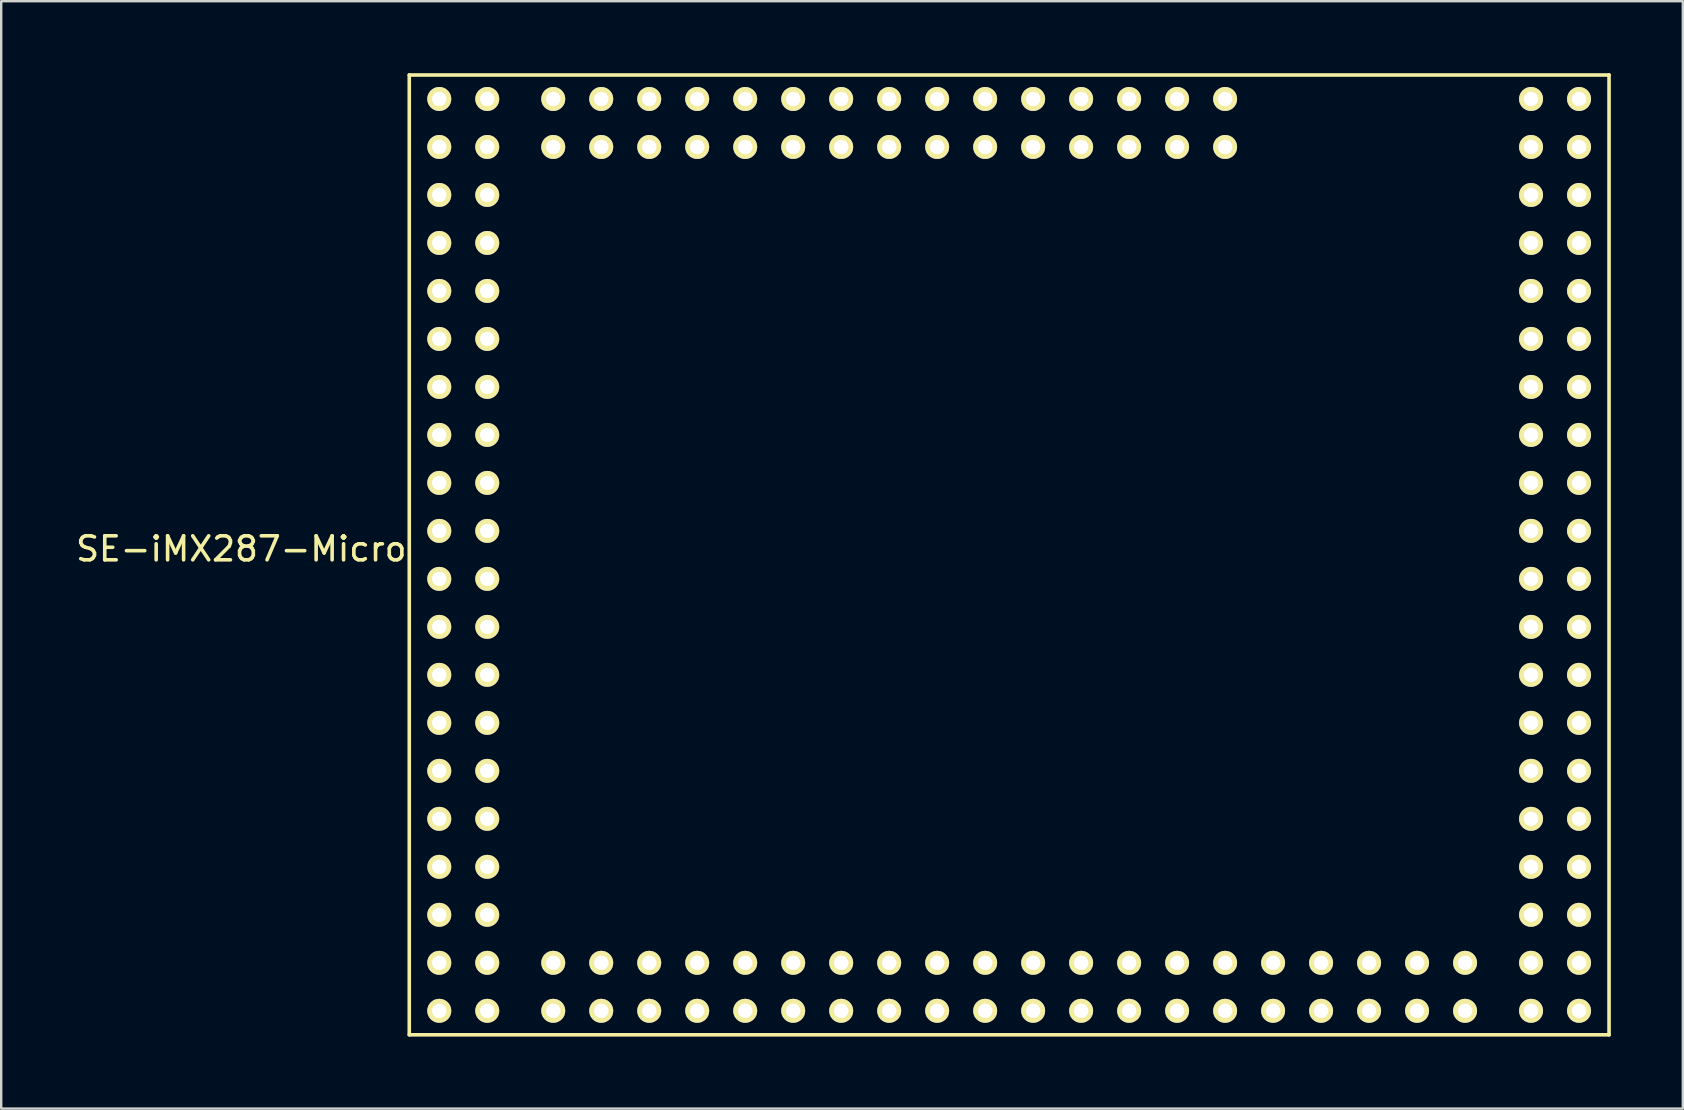
<source format=kicad_pcb>
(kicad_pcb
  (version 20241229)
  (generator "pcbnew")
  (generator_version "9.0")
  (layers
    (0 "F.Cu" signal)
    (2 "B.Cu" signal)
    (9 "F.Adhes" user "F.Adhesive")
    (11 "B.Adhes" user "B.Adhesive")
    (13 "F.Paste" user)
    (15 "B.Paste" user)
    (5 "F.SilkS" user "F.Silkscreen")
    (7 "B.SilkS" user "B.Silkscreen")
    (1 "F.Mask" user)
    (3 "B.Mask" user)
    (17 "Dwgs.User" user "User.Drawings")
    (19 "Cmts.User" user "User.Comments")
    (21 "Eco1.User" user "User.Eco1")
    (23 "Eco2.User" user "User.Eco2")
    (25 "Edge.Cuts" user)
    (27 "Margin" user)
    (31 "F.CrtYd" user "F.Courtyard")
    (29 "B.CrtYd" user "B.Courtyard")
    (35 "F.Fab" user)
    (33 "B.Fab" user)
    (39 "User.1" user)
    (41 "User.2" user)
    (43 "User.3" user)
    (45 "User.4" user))
  (footprint "SE-iMX287-Micro"
    (layer "F.Cu")
    (at 15.256 1.075)
    (property "Reference" "SE-iMX287-Micro" (at -8.25 18.75 0) (layer "F.SilkS") (effects (font (size 1 1) (thickness 0.15))))
    (attr through_hole)
    (fp_line (start -1.25 -1) (end 48.75 -1) (stroke (width 0.15) (type solid)) (layer "F.SilkS"))
    (fp_line (start -1.25 39) (end -1.25 -1) (stroke (width 0.15) (type solid)) (layer "F.SilkS"))
    (fp_line (start 48.75 -1) (end 48.75 39) (stroke (width 0.15) (type solid)) (layer "F.SilkS"))
    (fp_line (start 48.75 39) (end -1.25 39) (stroke (width 0.15) (type solid)) (layer "F.SilkS"))
    (pad "1" thru_hole circle (at 0 0) (size 1 1) (drill 0.6) (layers "*.Cu" "*.Mask" "F.SilkS"))
    (pad "2" thru_hole circle (at 2 0) (size 1 1) (drill 0.6) (layers "*.Cu" "*.Mask" "F.SilkS"))
    (pad "3" thru_hole circle (at 0 2) (size 1 1) (drill 0.6) (layers "*.Cu" "*.Mask" "F.SilkS"))
    (pad "4" thru_hole circle (at 2 2) (size 1 1) (drill 0.6) (layers "*.Cu" "*.Mask" "F.SilkS"))
    (pad "5" thru_hole circle (at 0 4) (size 1 1) (drill 0.6) (layers "*.Cu" "*.Mask" "F.SilkS"))
    (pad "6" thru_hole circle (at 2 4) (size 1 1) (drill 0.6) (layers "*.Cu" "*.Mask" "F.SilkS"))
    (pad "7" thru_hole circle (at 0 6) (size 1 1) (drill 0.6) (layers "*.Cu" "*.Mask" "F.SilkS"))
    (pad "8" thru_hole circle (at 2 6) (size 1 1) (drill 0.6) (layers "*.Cu" "*.Mask" "F.SilkS"))
    (pad "9" thru_hole circle (at 0 8) (size 1 1) (drill 0.6) (layers "*.Cu" "*.Mask" "F.SilkS"))
    (pad "10" thru_hole circle (at 2 8) (size 1 1) (drill 0.6) (layers "*.Cu" "*.Mask" "F.SilkS"))
    (pad "11" thru_hole circle (at 0 10) (size 1 1) (drill 0.6) (layers "*.Cu" "*.Mask" "F.SilkS"))
    (pad "12" thru_hole circle (at 2 10) (size 1 1) (drill 0.6) (layers "*.Cu" "*.Mask" "F.SilkS"))
    (pad "13" thru_hole circle (at 0 12) (size 1 1) (drill 0.6) (layers "*.Cu" "*.Mask" "F.SilkS"))
    (pad "14" thru_hole circle (at 2 12) (size 1 1) (drill 0.6) (layers "*.Cu" "*.Mask" "F.SilkS"))
    (pad "15" thru_hole circle (at 0 14) (size 1 1) (drill 0.6) (layers "*.Cu" "*.Mask" "F.SilkS"))
    (pad "16" thru_hole circle (at 2 14) (size 1 1) (drill 0.6) (layers "*.Cu" "*.Mask" "F.SilkS"))
    (pad "17" thru_hole circle (at 0 16) (size 1 1) (drill 0.6) (layers "*.Cu" "*.Mask" "F.SilkS"))
    (pad "18" thru_hole circle (at 2 16) (size 1 1) (drill 0.6) (layers "*.Cu" "*.Mask" "F.SilkS"))
    (pad "19" thru_hole circle (at 0 18) (size 1 1) (drill 0.6) (layers "*.Cu" "*.Mask" "F.SilkS"))
    (pad "20" thru_hole circle (at 2 18) (size 1 1) (drill 0.6) (layers "*.Cu" "*.Mask" "F.SilkS"))
    (pad "21" thru_hole circle (at 0 20) (size 1 1) (drill 0.6) (layers "*.Cu" "*.Mask" "F.SilkS"))
    (pad "22" thru_hole circle (at 2 20) (size 1 1) (drill 0.6) (layers "*.Cu" "*.Mask" "F.SilkS"))
    (pad "23" thru_hole circle (at 0 22) (size 1 1) (drill 0.6) (layers "*.Cu" "*.Mask" "F.SilkS"))
    (pad "24" thru_hole circle (at 2 22) (size 1 1) (drill 0.6) (layers "*.Cu" "*.Mask" "F.SilkS"))
    (pad "25" thru_hole circle (at 0 24) (size 1 1) (drill 0.6) (layers "*.Cu" "*.Mask" "F.SilkS"))
    (pad "26" thru_hole circle (at 2 24) (size 1 1) (drill 0.6) (layers "*.Cu" "*.Mask" "F.SilkS"))
    (pad "27" thru_hole circle (at 0 26) (size 1 1) (drill 0.6) (layers "*.Cu" "*.Mask" "F.SilkS"))
    (pad "28" thru_hole circle (at 2 26) (size 1 1) (drill 0.6) (layers "*.Cu" "*.Mask" "F.SilkS"))
    (pad "29" thru_hole circle (at 0 28) (size 1 1) (drill 0.6) (layers "*.Cu" "*.Mask" "F.SilkS"))
    (pad "30" thru_hole circle (at 2 28) (size 1 1) (drill 0.6) (layers "*.Cu" "*.Mask" "F.SilkS"))
    (pad "31" thru_hole circle (at 0 30) (size 1 1) (drill 0.6) (layers "*.Cu" "*.Mask" "F.SilkS"))
    (pad "32" thru_hole circle (at 2 30) (size 1 1) (drill 0.6) (layers "*.Cu" "*.Mask" "F.SilkS"))
    (pad "33" thru_hole circle (at 0 32) (size 1 1) (drill 0.6) (layers "*.Cu" "*.Mask" "F.SilkS"))
    (pad "34" thru_hole circle (at 2 32) (size 1 1) (drill 0.6) (layers "*.Cu" "*.Mask" "F.SilkS"))
    (pad "35" thru_hole circle (at 0 34) (size 1 1) (drill 0.6) (layers "*.Cu" "*.Mask" "F.SilkS"))
    (pad "36" thru_hole circle (at 2 34) (size 1 1) (drill 0.6) (layers "*.Cu" "*.Mask" "F.SilkS"))
    (pad "37" thru_hole circle (at 0 36) (size 1 1) (drill 0.6) (layers "*.Cu" "*.Mask" "F.SilkS"))
    (pad "38" thru_hole circle (at 2 36) (size 1 1) (drill 0.6) (layers "*.Cu" "*.Mask" "F.SilkS"))
    (pad "39" thru_hole circle (at 0 38) (size 1 1) (drill 0.6) (layers "*.Cu" "*.Mask" "F.SilkS"))
    (pad "40" thru_hole circle (at 2 38) (size 1 1) (drill 0.6) (layers "*.Cu" "*.Mask" "F.SilkS"))
    (pad "41" thru_hole circle (at 4.75 38) (size 1 1) (drill 0.6) (layers "*.Cu" "*.Mask" "F.SilkS"))
    (pad "42" thru_hole circle (at 4.75 36) (size 1 1) (drill 0.6) (layers "*.Cu" "*.Mask" "F.SilkS"))
    (pad "43" thru_hole circle (at 6.75 38) (size 1 1) (drill 0.6) (layers "*.Cu" "*.Mask" "F.SilkS"))
    (pad "44" thru_hole circle (at 6.75 36) (size 1 1) (drill 0.6) (layers "*.Cu" "*.Mask" "F.SilkS"))
    (pad "45" thru_hole circle (at 8.75 38) (size 1 1) (drill 0.6) (layers "*.Cu" "*.Mask" "F.SilkS"))
    (pad "46" thru_hole circle (at 8.75 36) (size 1 1) (drill 0.6) (layers "*.Cu" "*.Mask" "F.SilkS"))
    (pad "47" thru_hole circle (at 10.75 38) (size 1 1) (drill 0.6) (layers "*.Cu" "*.Mask" "F.SilkS"))
    (pad "48" thru_hole circle (at 10.75 36) (size 1 1) (drill 0.6) (layers "*.Cu" "*.Mask" "F.SilkS"))
    (pad "49" thru_hole circle (at 12.75 38) (size 1 1) (drill 0.6) (layers "*.Cu" "*.Mask" "F.SilkS"))
    (pad "50" thru_hole circle (at 12.75 36) (size 1 1) (drill 0.6) (layers "*.Cu" "*.Mask" "F.SilkS"))
    (pad "51" thru_hole circle (at 14.75 38) (size 1 1) (drill 0.6) (layers "*.Cu" "*.Mask" "F.SilkS"))
    (pad "52" thru_hole circle (at 14.75 36) (size 1 1) (drill 0.6) (layers "*.Cu" "*.Mask" "F.SilkS"))
    (pad "53" thru_hole circle (at 16.75 38) (size 1 1) (drill 0.6) (layers "*.Cu" "*.Mask" "F.SilkS"))
    (pad "54" thru_hole circle (at 16.75 36) (size 1 1) (drill 0.6) (layers "*.Cu" "*.Mask" "F.SilkS"))
    (pad "55" thru_hole circle (at 18.75 38) (size 1 1) (drill 0.6) (layers "*.Cu" "*.Mask" "F.SilkS"))
    (pad "56" thru_hole circle (at 18.75 36) (size 1 1) (drill 0.6) (layers "*.Cu" "*.Mask" "F.SilkS"))
    (pad "57" thru_hole circle (at 20.75 38) (size 1 1) (drill 0.6) (layers "*.Cu" "*.Mask" "F.SilkS"))
    (pad "58" thru_hole circle (at 20.75 36) (size 1 1) (drill 0.6) (layers "*.Cu" "*.Mask" "F.SilkS"))
    (pad "59" thru_hole circle (at 22.75 38) (size 1 1) (drill 0.6) (layers "*.Cu" "*.Mask" "F.SilkS"))
    (pad "60" thru_hole circle (at 22.75 36) (size 1 1) (drill 0.6) (layers "*.Cu" "*.Mask" "F.SilkS"))
    (pad "61" thru_hole circle (at 24.75 38) (size 1 1) (drill 0.6) (layers "*.Cu" "*.Mask" "F.SilkS"))
    (pad "62" thru_hole circle (at 24.75 36) (size 1 1) (drill 0.6) (layers "*.Cu" "*.Mask" "F.SilkS"))
    (pad "63" thru_hole circle (at 26.75 38) (size 1 1) (drill 0.6) (layers "*.Cu" "*.Mask" "F.SilkS"))
    (pad "64" thru_hole circle (at 26.75 36) (size 1 1) (drill 0.6) (layers "*.Cu" "*.Mask" "F.SilkS"))
    (pad "65" thru_hole circle (at 28.75 38) (size 1 1) (drill 0.6) (layers "*.Cu" "*.Mask" "F.SilkS"))
    (pad "66" thru_hole circle (at 28.75 36) (size 1 1) (drill 0.6) (layers "*.Cu" "*.Mask" "F.SilkS"))
    (pad "67" thru_hole circle (at 30.75 38) (size 1 1) (drill 0.6) (layers "*.Cu" "*.Mask" "F.SilkS"))
    (pad "68" thru_hole circle (at 30.75 36) (size 1 1) (drill 0.6) (layers "*.Cu" "*.Mask" "F.SilkS"))
    (pad "69" thru_hole circle (at 32.75 38) (size 1 1) (drill 0.6) (layers "*.Cu" "*.Mask" "F.SilkS"))
    (pad "70" thru_hole circle (at 32.75 36) (size 1 1) (drill 0.6) (layers "*.Cu" "*.Mask" "F.SilkS"))
    (pad "71" thru_hole circle (at 34.75 38) (size 1 1) (drill 0.6) (layers "*.Cu" "*.Mask" "F.SilkS"))
    (pad "72" thru_hole circle (at 34.75 36) (size 1 1) (drill 0.6) (layers "*.Cu" "*.Mask" "F.SilkS"))
    (pad "73" thru_hole circle (at 36.75 38) (size 1 1) (drill 0.6) (layers "*.Cu" "*.Mask" "F.SilkS"))
    (pad "74" thru_hole circle (at 36.75 36) (size 1 1) (drill 0.6) (layers "*.Cu" "*.Mask" "F.SilkS"))
    (pad "75" thru_hole circle (at 38.75 38) (size 1 1) (drill 0.6) (layers "*.Cu" "*.Mask" "F.SilkS"))
    (pad "76" thru_hole circle (at 38.75 36) (size 1 1) (drill 0.6) (layers "*.Cu" "*.Mask" "F.SilkS"))
    (pad "77" thru_hole circle (at 40.75 38) (size 1 1) (drill 0.6) (layers "*.Cu" "*.Mask" "F.SilkS"))
    (pad "78" thru_hole circle (at 40.75 36) (size 1 1) (drill 0.6) (layers "*.Cu" "*.Mask" "F.SilkS"))
    (pad "79" thru_hole circle (at 42.75 38) (size 1 1) (drill 0.6) (layers "*.Cu" "*.Mask" "F.SilkS"))
    (pad "80" thru_hole circle (at 42.75 36) (size 1 1) (drill 0.6) (layers "*.Cu" "*.Mask" "F.SilkS"))
    (pad "81" thru_hole circle (at 45.5 38) (size 1 1) (drill 0.6) (layers "*.Cu" "*.Mask" "F.SilkS"))
    (pad "82" thru_hole circle (at 47.5 38) (size 1 1) (drill 0.6) (layers "*.Cu" "*.Mask" "F.SilkS"))
    (pad "83" thru_hole circle (at 45.5 36) (size 1 1) (drill 0.6) (layers "*.Cu" "*.Mask" "F.SilkS"))
    (pad "84" thru_hole circle (at 47.5 36) (size 1 1) (drill 0.6) (layers "*.Cu" "*.Mask" "F.SilkS"))
    (pad "85" thru_hole circle (at 45.5 34) (size 1 1) (drill 0.6) (layers "*.Cu" "*.Mask" "F.SilkS"))
    (pad "86" thru_hole circle (at 47.5 34) (size 1 1) (drill 0.6) (layers "*.Cu" "*.Mask" "F.SilkS"))
    (pad "87" thru_hole circle (at 45.5 32) (size 1 1) (drill 0.6) (layers "*.Cu" "*.Mask" "F.SilkS"))
    (pad "88" thru_hole circle (at 47.5 32) (size 1 1) (drill 0.6) (layers "*.Cu" "*.Mask" "F.SilkS"))
    (pad "89" thru_hole circle (at 45.5 30) (size 1 1) (drill 0.6) (layers "*.Cu" "*.Mask" "F.SilkS"))
    (pad "90" thru_hole circle (at 47.5 30) (size 1 1) (drill 0.6) (layers "*.Cu" "*.Mask" "F.SilkS"))
    (pad "91" thru_hole circle (at 45.5 28) (size 1 1) (drill 0.6) (layers "*.Cu" "*.Mask" "F.SilkS"))
    (pad "92" thru_hole circle (at 47.5 28) (size 1 1) (drill 0.6) (layers "*.Cu" "*.Mask" "F.SilkS"))
    (pad "93" thru_hole circle (at 45.5 26) (size 1 1) (drill 0.6) (layers "*.Cu" "*.Mask" "F.SilkS"))
    (pad "94" thru_hole circle (at 47.5 26) (size 1 1) (drill 0.6) (layers "*.Cu" "*.Mask" "F.SilkS"))
    (pad "95" thru_hole circle (at 45.5 24) (size 1 1) (drill 0.6) (layers "*.Cu" "*.Mask" "F.SilkS"))
    (pad "96" thru_hole circle (at 47.5 24) (size 1 1) (drill 0.6) (layers "*.Cu" "*.Mask" "F.SilkS"))
    (pad "97" thru_hole circle (at 45.5 22) (size 1 1) (drill 0.6) (layers "*.Cu" "*.Mask" "F.SilkS"))
    (pad "98" thru_hole circle (at 47.5 22) (size 1 1) (drill 0.6) (layers "*.Cu" "*.Mask" "F.SilkS"))
    (pad "99" thru_hole circle (at 45.5 20) (size 1 1) (drill 0.6) (layers "*.Cu" "*.Mask" "F.SilkS"))
    (pad "100" thru_hole circle (at 47.5 20) (size 1 1) (drill 0.6) (layers "*.Cu" "*.Mask" "F.SilkS"))
    (pad "101" thru_hole circle (at 45.5 18) (size 1 1) (drill 0.6) (layers "*.Cu" "*.Mask" "F.SilkS"))
    (pad "102" thru_hole circle (at 47.5 18) (size 1 1) (drill 0.6) (layers "*.Cu" "*.Mask" "F.SilkS"))
    (pad "103" thru_hole circle (at 45.5 16) (size 1 1) (drill 0.6) (layers "*.Cu" "*.Mask" "F.SilkS"))
    (pad "104" thru_hole circle (at 47.5 16) (size 1 1) (drill 0.6) (layers "*.Cu" "*.Mask" "F.SilkS"))
    (pad "105" thru_hole circle (at 45.5 14) (size 1 1) (drill 0.6) (layers "*.Cu" "*.Mask" "F.SilkS"))
    (pad "106" thru_hole circle (at 47.5 14) (size 1 1) (drill 0.6) (layers "*.Cu" "*.Mask" "F.SilkS"))
    (pad "107" thru_hole circle (at 45.5 12) (size 1 1) (drill 0.6) (layers "*.Cu" "*.Mask" "F.SilkS"))
    (pad "108" thru_hole circle (at 47.5 12) (size 1 1) (drill 0.6) (layers "*.Cu" "*.Mask" "F.SilkS"))
    (pad "109" thru_hole circle (at 45.5 10) (size 1 1) (drill 0.6) (layers "*.Cu" "*.Mask" "F.SilkS"))
    (pad "110" thru_hole circle (at 47.5 10) (size 1 1) (drill 0.6) (layers "*.Cu" "*.Mask" "F.SilkS"))
    (pad "111" thru_hole circle (at 45.5 8) (size 1 1) (drill 0.6) (layers "*.Cu" "*.Mask" "F.SilkS"))
    (pad "112" thru_hole circle (at 47.5 8) (size 1 1) (drill 0.6) (layers "*.Cu" "*.Mask" "F.SilkS"))
    (pad "113" thru_hole circle (at 45.5 6) (size 1 1) (drill 0.6) (layers "*.Cu" "*.Mask" "F.SilkS"))
    (pad "114" thru_hole circle (at 47.5 6) (size 1 1) (drill 0.6) (layers "*.Cu" "*.Mask" "F.SilkS"))
    (pad "115" thru_hole circle (at 45.5 4) (size 1 1) (drill 0.6) (layers "*.Cu" "*.Mask" "F.SilkS"))
    (pad "116" thru_hole circle (at 47.5 4) (size 1 1) (drill 0.6) (layers "*.Cu" "*.Mask" "F.SilkS"))
    (pad "117" thru_hole circle (at 45.5 2) (size 1 1) (drill 0.6) (layers "*.Cu" "*.Mask" "F.SilkS"))
    (pad "118" thru_hole circle (at 47.5 2) (size 1 1) (drill 0.6) (layers "*.Cu" "*.Mask" "F.SilkS"))
    (pad "119" thru_hole circle (at 45.5 0) (size 1 1) (drill 0.6) (layers "*.Cu" "*.Mask" "F.SilkS"))
    (pad "120" thru_hole circle (at 47.5 0) (size 1 1) (drill 0.6) (layers "*.Cu" "*.Mask" "F.SilkS"))
    (pad "121" thru_hole circle (at 32.75 2) (size 1 1) (drill 0.6) (layers "*.Cu" "*.Mask" "F.SilkS"))
    (pad "122" thru_hole circle (at 32.75 0) (size 1 1) (drill 0.6) (layers "*.Cu" "*.Mask" "F.SilkS"))
    (pad "123" thru_hole circle (at 30.75 2) (size 1 1) (drill 0.6) (layers "*.Cu" "*.Mask" "F.SilkS"))
    (pad "124" thru_hole circle (at 30.75 0) (size 1 1) (drill 0.6) (layers "*.Cu" "*.Mask" "F.SilkS"))
    (pad "125" thru_hole circle (at 28.75 2) (size 1 1) (drill 0.6) (layers "*.Cu" "*.Mask" "F.SilkS"))
    (pad "126" thru_hole circle (at 28.75 0) (size 1 1) (drill 0.6) (layers "*.Cu" "*.Mask" "F.SilkS"))
    (pad "127" thru_hole circle (at 26.75 2) (size 1 1) (drill 0.6) (layers "*.Cu" "*.Mask" "F.SilkS"))
    (pad "128" thru_hole circle (at 26.75 0) (size 1 1) (drill 0.6) (layers "*.Cu" "*.Mask" "F.SilkS"))
    (pad "129" thru_hole circle (at 24.75 2) (size 1 1) (drill 0.6) (layers "*.Cu" "*.Mask" "F.SilkS"))
    (pad "130" thru_hole circle (at 24.75 0) (size 1 1) (drill 0.6) (layers "*.Cu" "*.Mask" "F.SilkS"))
    (pad "131" thru_hole circle (at 22.75 2) (size 1 1) (drill 0.6) (layers "*.Cu" "*.Mask" "F.SilkS"))
    (pad "132" thru_hole circle (at 22.75 0) (size 1 1) (drill 0.6) (layers "*.Cu" "*.Mask" "F.SilkS"))
    (pad "133" thru_hole circle (at 20.75 2) (size 1 1) (drill 0.6) (layers "*.Cu" "*.Mask" "F.SilkS"))
    (pad "134" thru_hole circle (at 20.75 0) (size 1 1) (drill 0.6) (layers "*.Cu" "*.Mask" "F.SilkS"))
    (pad "135" thru_hole circle (at 18.75 2) (size 1 1) (drill 0.6) (layers "*.Cu" "*.Mask" "F.SilkS"))
    (pad "136" thru_hole circle (at 18.75 0) (size 1 1) (drill 0.6) (layers "*.Cu" "*.Mask" "F.SilkS"))
    (pad "137" thru_hole circle (at 16.75 2) (size 1 1) (drill 0.6) (layers "*.Cu" "*.Mask" "F.SilkS"))
    (pad "138" thru_hole circle (at 16.75 0) (size 1 1) (drill 0.6) (layers "*.Cu" "*.Mask" "F.SilkS"))
    (pad "139" thru_hole circle (at 14.75 2) (size 1 1) (drill 0.6) (layers "*.Cu" "*.Mask" "F.SilkS"))
    (pad "140" thru_hole circle (at 14.75 0) (size 1 1) (drill 0.6) (layers "*.Cu" "*.Mask" "F.SilkS"))
    (pad "141" thru_hole circle (at 12.75 2) (size 1 1) (drill 0.6) (layers "*.Cu" "*.Mask" "F.SilkS"))
    (pad "142" thru_hole circle (at 12.75 0) (size 1 1) (drill 0.6) (layers "*.Cu" "*.Mask" "F.SilkS"))
    (pad "143" thru_hole circle (at 10.75 2) (size 1 1) (drill 0.6) (layers "*.Cu" "*.Mask" "F.SilkS"))
    (pad "144" thru_hole circle (at 10.75 0) (size 1 1) (drill 0.6) (layers "*.Cu" "*.Mask" "F.SilkS"))
    (pad "145" thru_hole circle (at 8.75 2) (size 1 1) (drill 0.6) (layers "*.Cu" "*.Mask" "F.SilkS"))
    (pad "146" thru_hole circle (at 8.75 0) (size 1 1) (drill 0.6) (layers "*.Cu" "*.Mask" "F.SilkS"))
    (pad "147" thru_hole circle (at 6.75 2) (size 1 1) (drill 0.6) (layers "*.Cu" "*.Mask" "F.SilkS"))
    (pad "148" thru_hole circle (at 6.75 0) (size 1 1) (drill 0.6) (layers "*.Cu" "*.Mask" "F.SilkS"))
    (pad "149" thru_hole circle (at 4.75 2) (size 1 1) (drill 0.6) (layers "*.Cu" "*.Mask" "F.SilkS"))
    (pad "150" thru_hole circle (at 4.75 0) (size 1 1) (drill 0.6) (layers "*.Cu" "*.Mask" "F.SilkS")))
  (gr_rect
    (start -3 -3)
    (end 67.081 43.15)
    (stroke (width 0.1) (type default))
    (fill no)
    (layer "Edge.Cuts")))
</source>
